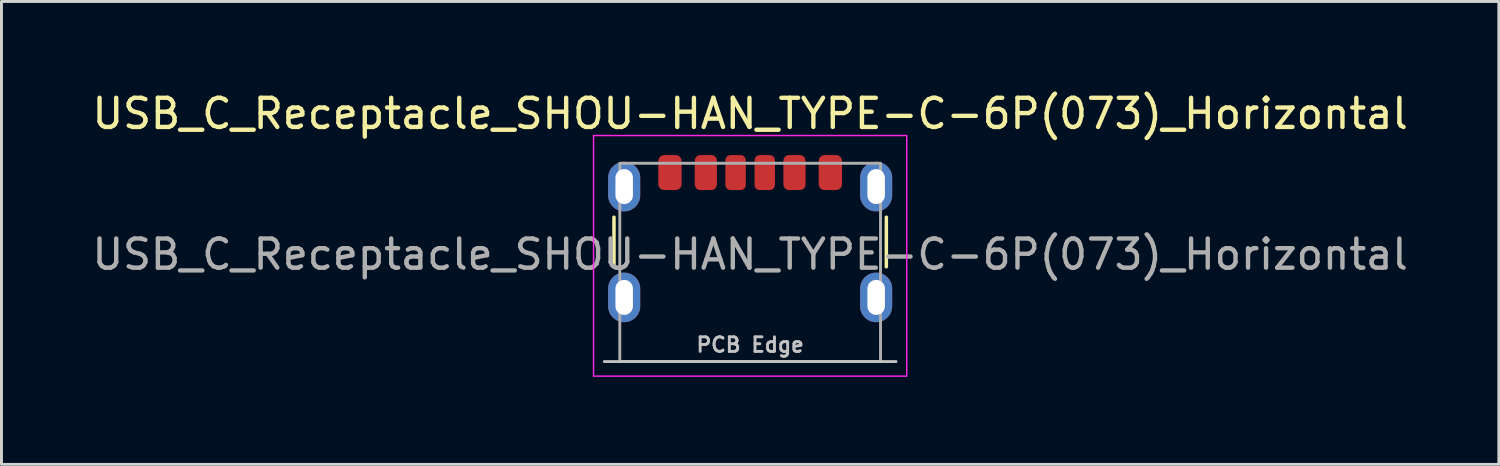
<source format=kicad_pcb>
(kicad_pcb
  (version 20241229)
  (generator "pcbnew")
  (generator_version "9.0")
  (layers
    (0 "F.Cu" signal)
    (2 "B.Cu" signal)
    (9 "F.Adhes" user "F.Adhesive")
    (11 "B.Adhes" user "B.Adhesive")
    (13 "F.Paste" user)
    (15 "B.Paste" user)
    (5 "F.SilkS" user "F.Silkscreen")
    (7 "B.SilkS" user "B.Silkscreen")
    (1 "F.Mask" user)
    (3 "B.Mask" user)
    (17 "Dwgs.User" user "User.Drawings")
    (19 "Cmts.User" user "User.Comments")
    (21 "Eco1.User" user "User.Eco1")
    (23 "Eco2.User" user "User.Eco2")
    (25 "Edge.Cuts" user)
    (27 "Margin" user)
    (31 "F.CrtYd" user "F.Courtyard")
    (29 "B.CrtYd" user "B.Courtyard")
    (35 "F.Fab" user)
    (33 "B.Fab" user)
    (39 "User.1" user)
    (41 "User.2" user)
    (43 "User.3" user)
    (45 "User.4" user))
  (footprint "USB_C_Receptacle_SHOU-HAN_TYPE-C-6P(073)_Horizontal"
    (layer "F.Cu")
    (at 22.673 5.948)
    (property "Reference" "USB_C_Receptacle_SHOU-HAN_TYPE-C-6P(073)_Horizontal" (at 0 -5.1 0) (unlocked yes) (layer "F.SilkS") (effects (font (size 1 1) (thickness 0.15))))
    (attr smd)
    (fp_line (start -4.67 0.15) (end -4.67 -1.55) (stroke (width 0.12) (type solid)) (layer "F.SilkS"))
    (fp_line (start 4.67 0.15) (end 4.67 -1.55) (stroke (width 0.12) (type solid)) (layer "F.SilkS"))
    (fp_line (start 5 3.4) (end -5 3.4) (stroke (width 0.1) (type solid)) (layer "Dwgs.User"))
    (fp_rect (start -5.37 -4.35) (end 5.37 3.9) (stroke (width 0.05) (type solid)) (fill no) (layer "F.CrtYd"))
    (fp_rect (start -4.47 -3.4) (end 4.47 3.4) (stroke (width 0.1) (type solid)) (fill no) (layer "F.Fab"))
    (fp_text user "PCB Edge" (at 0 2.825 0) (unlocked yes) (layer "Dwgs.User") (effects (font (size 0.5 0.5) (thickness 0.1))))
    (fp_text user "${REFERENCE}" (at 0 -0.275 0) (unlocked yes) (layer "F.Fab") (effects (font (size 1 1) (thickness 0.15))))
    (pad "A5" smd roundrect (at -0.5 -3.08) (size 0.7 1.2) (layers "F.Cu" "F.Mask" "F.Paste") (roundrect_rratio 0.25))
    (pad "A9" smd roundrect (at 1.52 -3.08 180) (size 0.76 1.2) (layers "F.Cu" "F.Mask" "F.Paste") (roundrect_rratio 0.25))
    (pad "A12" smd roundrect (at 2.75 -3.08 180) (size 0.8 1.2) (layers "F.Cu" "F.Mask" "F.Paste") (roundrect_rratio 0.25))
    (pad "B5" smd roundrect (at 0.5 -3.08 180) (size 0.7 1.2) (layers "F.Cu" "F.Mask" "F.Paste") (roundrect_rratio 0.25))
    (pad "B9" smd roundrect (at -1.52 -3.08) (size 0.76 1.2) (layers "F.Cu" "F.Mask" "F.Paste") (roundrect_rratio 0.25))
    (pad "B12" smd roundrect (at -2.75 -3.08) (size 0.8 1.2) (layers "F.Cu" "F.Mask" "F.Paste") (roundrect_rratio 0.25))
    (pad "S1" thru_hole oval (at -4.32 -2.6) (size 1.1 1.7) (drill oval 0.6 1.2) (property pad_prop_heatsink) (layers "*.Cu" "*.Mask" "F.Paste"))
    (pad "S1" thru_hole oval (at -4.32 1.2) (size 1.1 1.7) (drill oval 0.6 1.2) (property pad_prop_heatsink) (layers "*.Cu" "*.Mask" "F.Paste"))
    (pad "S1" thru_hole oval (at 4.32 -2.6) (size 1.1 1.7) (drill oval 0.6 1.2) (property pad_prop_heatsink) (layers "*.Cu" "*.Mask" "F.Paste"))
    (pad "S1" thru_hole oval (at 4.32 1.2) (size 1.1 1.7) (drill oval 0.6 1.2) (property pad_prop_heatsink) (layers "*.Cu" "*.Mask" "F.Paste")))
  (gr_rect
    (start -3 -3)
    (end 48.345 12.873)
    (stroke (width 0.1) (type default))
    (fill no)
    (layer "Edge.Cuts")))
</source>
